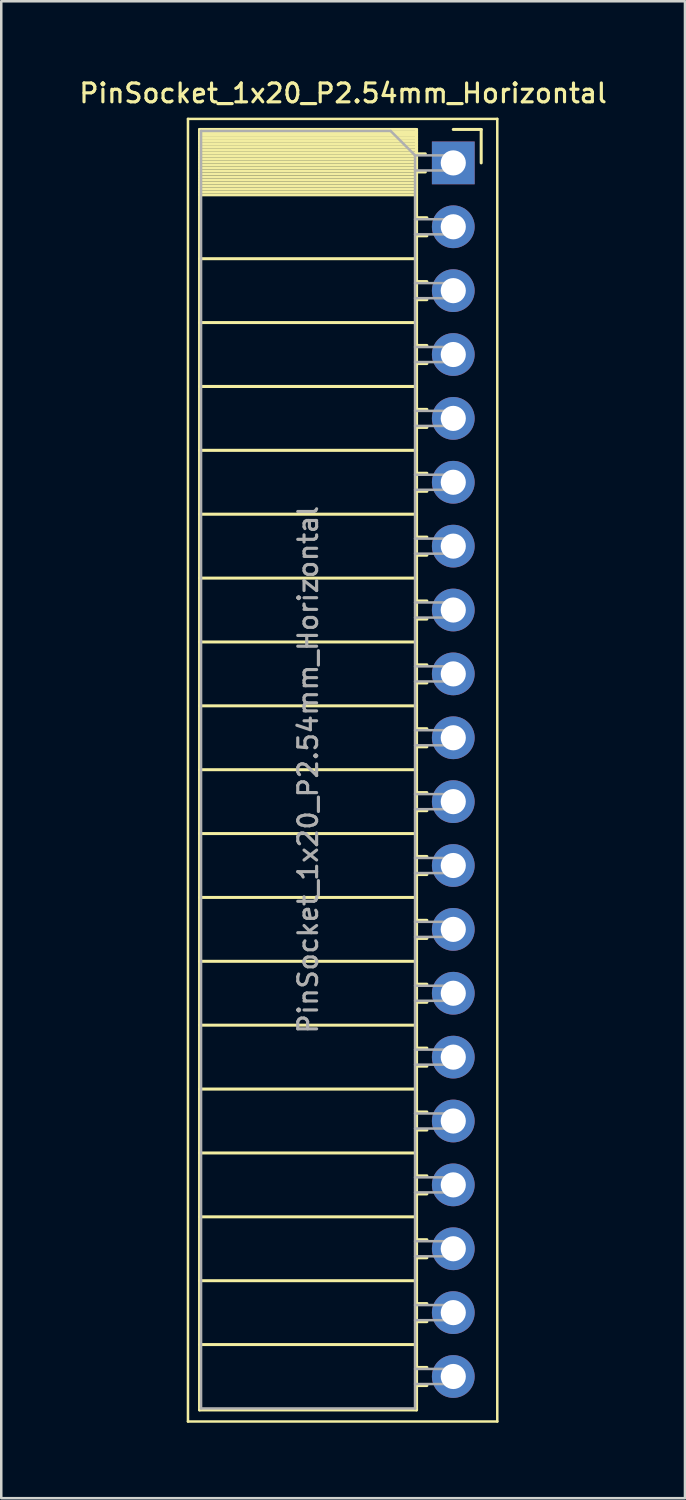
<source format=kicad_pcb>
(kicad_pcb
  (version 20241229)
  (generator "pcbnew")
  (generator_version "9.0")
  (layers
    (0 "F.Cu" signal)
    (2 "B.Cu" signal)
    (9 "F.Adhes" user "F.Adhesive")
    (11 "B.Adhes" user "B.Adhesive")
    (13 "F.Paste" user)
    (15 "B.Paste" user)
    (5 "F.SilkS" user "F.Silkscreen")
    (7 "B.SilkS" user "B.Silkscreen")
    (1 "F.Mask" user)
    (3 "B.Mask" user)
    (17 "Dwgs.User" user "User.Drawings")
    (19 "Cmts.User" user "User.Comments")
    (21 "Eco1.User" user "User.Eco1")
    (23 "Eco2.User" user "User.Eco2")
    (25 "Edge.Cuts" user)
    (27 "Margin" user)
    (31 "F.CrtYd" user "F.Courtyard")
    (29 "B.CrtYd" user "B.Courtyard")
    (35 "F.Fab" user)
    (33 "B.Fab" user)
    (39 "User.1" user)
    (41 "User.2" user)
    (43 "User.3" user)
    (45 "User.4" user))
  (footprint "PinSocket_1x20_P2.54mm_Horizontal"
    (layer "F.Cu")
    (at 14.975 3.428)
    (property "Reference" "PinSocket_1x20_P2.54mm_Horizontal" (at -4.38 -2.77 0) (layer "F.SilkS") (effects (font (size 0.75 0.75) (thickness 0.125))))
    (attr through_hole)
    (fp_line (start -10.55 -1.75) (end -10.55 50.05) (stroke (width 0.1) (type solid)) (layer "F.SilkS"))
    (fp_line (start -10.55 50.05) (end 1.75 50.05) (stroke (width 0.1) (type solid)) (layer "F.SilkS"))
    (fp_line (start -10.09 -1.33) (end -10.09 49.59) (stroke (width 0.12) (type solid)) (layer "F.SilkS"))
    (fp_line (start -10.09 -1.33) (end -1.46 -1.33) (stroke (width 0.12) (type solid)) (layer "F.SilkS"))
    (fp_line (start -10.09 -1.21) (end -1.46 -1.21) (stroke (width 0.12) (type solid)) (layer "F.SilkS"))
    (fp_line (start -10.09 -1.092) (end -1.46 -1.092) (stroke (width 0.12) (type solid)) (layer "F.SilkS"))
    (fp_line (start -10.09 -0.974) (end -1.46 -0.974) (stroke (width 0.12) (type solid)) (layer "F.SilkS"))
    (fp_line (start -10.09 -0.856) (end -1.46 -0.856) (stroke (width 0.12) (type solid)) (layer "F.SilkS"))
    (fp_line (start -10.09 -0.738) (end -1.46 -0.738) (stroke (width 0.12) (type solid)) (layer "F.SilkS"))
    (fp_line (start -10.09 -0.62) (end -1.46 -0.62) (stroke (width 0.12) (type solid)) (layer "F.SilkS"))
    (fp_line (start -10.09 -0.501) (end -1.46 -0.501) (stroke (width 0.12) (type solid)) (layer "F.SilkS"))
    (fp_line (start -10.09 -0.383) (end -1.46 -0.383) (stroke (width 0.12) (type solid)) (layer "F.SilkS"))
    (fp_line (start -10.09 -0.265) (end -1.46 -0.265) (stroke (width 0.12) (type solid)) (layer "F.SilkS"))
    (fp_line (start -10.09 -0.147) (end -1.46 -0.147) (stroke (width 0.12) (type solid)) (layer "F.SilkS"))
    (fp_line (start -10.09 -0.029) (end -1.46 -0.029) (stroke (width 0.12) (type solid)) (layer "F.SilkS"))
    (fp_line (start -10.09 0.089) (end -1.46 0.089) (stroke (width 0.12) (type solid)) (layer "F.SilkS"))
    (fp_line (start -10.09 0.207) (end -1.46 0.207) (stroke (width 0.12) (type solid)) (layer "F.SilkS"))
    (fp_line (start -10.09 0.325) (end -1.46 0.325) (stroke (width 0.12) (type solid)) (layer "F.SilkS"))
    (fp_line (start -10.09 0.443) (end -1.46 0.443) (stroke (width 0.12) (type solid)) (layer "F.SilkS"))
    (fp_line (start -10.09 0.561) (end -1.46 0.561) (stroke (width 0.12) (type solid)) (layer "F.SilkS"))
    (fp_line (start -10.09 0.68) (end -1.46 0.68) (stroke (width 0.12) (type solid)) (layer "F.SilkS"))
    (fp_line (start -10.09 0.798) (end -1.46 0.798) (stroke (width 0.12) (type solid)) (layer "F.SilkS"))
    (fp_line (start -10.09 0.916) (end -1.46 0.916) (stroke (width 0.12) (type solid)) (layer "F.SilkS"))
    (fp_line (start -10.09 1.034) (end -1.46 1.034) (stroke (width 0.12) (type solid)) (layer "F.SilkS"))
    (fp_line (start -10.09 1.152) (end -1.46 1.152) (stroke (width 0.12) (type solid)) (layer "F.SilkS"))
    (fp_line (start -10.09 1.27) (end -1.46 1.27) (stroke (width 0.12) (type solid)) (layer "F.SilkS"))
    (fp_line (start -10.09 3.81) (end -1.46 3.81) (stroke (width 0.12) (type solid)) (layer "F.SilkS"))
    (fp_line (start -10.09 6.35) (end -1.46 6.35) (stroke (width 0.12) (type solid)) (layer "F.SilkS"))
    (fp_line (start -10.09 8.89) (end -1.46 8.89) (stroke (width 0.12) (type solid)) (layer "F.SilkS"))
    (fp_line (start -10.09 11.43) (end -1.46 11.43) (stroke (width 0.12) (type solid)) (layer "F.SilkS"))
    (fp_line (start -10.09 13.97) (end -1.46 13.97) (stroke (width 0.12) (type solid)) (layer "F.SilkS"))
    (fp_line (start -10.09 16.51) (end -1.46 16.51) (stroke (width 0.12) (type solid)) (layer "F.SilkS"))
    (fp_line (start -10.09 19.05) (end -1.46 19.05) (stroke (width 0.12) (type solid)) (layer "F.SilkS"))
    (fp_line (start -10.09 21.59) (end -1.46 21.59) (stroke (width 0.12) (type solid)) (layer "F.SilkS"))
    (fp_line (start -10.09 24.13) (end -1.46 24.13) (stroke (width 0.12) (type solid)) (layer "F.SilkS"))
    (fp_line (start -10.09 26.67) (end -1.46 26.67) (stroke (width 0.12) (type solid)) (layer "F.SilkS"))
    (fp_line (start -10.09 29.21) (end -1.46 29.21) (stroke (width 0.12) (type solid)) (layer "F.SilkS"))
    (fp_line (start -10.09 31.75) (end -1.46 31.75) (stroke (width 0.12) (type solid)) (layer "F.SilkS"))
    (fp_line (start -10.09 34.29) (end -1.46 34.29) (stroke (width 0.12) (type solid)) (layer "F.SilkS"))
    (fp_line (start -10.09 36.83) (end -1.46 36.83) (stroke (width 0.12) (type solid)) (layer "F.SilkS"))
    (fp_line (start -10.09 39.37) (end -1.46 39.37) (stroke (width 0.12) (type solid)) (layer "F.SilkS"))
    (fp_line (start -10.09 41.91) (end -1.46 41.91) (stroke (width 0.12) (type solid)) (layer "F.SilkS"))
    (fp_line (start -10.09 44.45) (end -1.46 44.45) (stroke (width 0.12) (type solid)) (layer "F.SilkS"))
    (fp_line (start -10.09 46.99) (end -1.46 46.99) (stroke (width 0.12) (type solid)) (layer "F.SilkS"))
    (fp_line (start -10.09 49.59) (end -1.46 49.59) (stroke (width 0.12) (type solid)) (layer "F.SilkS"))
    (fp_line (start -1.46 -1.33) (end -1.46 49.59) (stroke (width 0.12) (type solid)) (layer "F.SilkS"))
    (fp_line (start -1.46 -0.36) (end -1.11 -0.36) (stroke (width 0.12) (type solid)) (layer "F.SilkS"))
    (fp_line (start -1.46 0.36) (end -1.11 0.36) (stroke (width 0.12) (type solid)) (layer "F.SilkS"))
    (fp_line (start -1.46 2.18) (end -1.05 2.18) (stroke (width 0.12) (type solid)) (layer "F.SilkS"))
    (fp_line (start -1.46 2.9) (end -1.05 2.9) (stroke (width 0.12) (type solid)) (layer "F.SilkS"))
    (fp_line (start -1.46 4.72) (end -1.05 4.72) (stroke (width 0.12) (type solid)) (layer "F.SilkS"))
    (fp_line (start -1.46 5.44) (end -1.05 5.44) (stroke (width 0.12) (type solid)) (layer "F.SilkS"))
    (fp_line (start -1.46 7.26) (end -1.05 7.26) (stroke (width 0.12) (type solid)) (layer "F.SilkS"))
    (fp_line (start -1.46 7.98) (end -1.05 7.98) (stroke (width 0.12) (type solid)) (layer "F.SilkS"))
    (fp_line (start -1.46 9.8) (end -1.05 9.8) (stroke (width 0.12) (type solid)) (layer "F.SilkS"))
    (fp_line (start -1.46 10.52) (end -1.05 10.52) (stroke (width 0.12) (type solid)) (layer "F.SilkS"))
    (fp_line (start -1.46 12.34) (end -1.05 12.34) (stroke (width 0.12) (type solid)) (layer "F.SilkS"))
    (fp_line (start -1.46 13.06) (end -1.05 13.06) (stroke (width 0.12) (type solid)) (layer "F.SilkS"))
    (fp_line (start -1.46 14.88) (end -1.05 14.88) (stroke (width 0.12) (type solid)) (layer "F.SilkS"))
    (fp_line (start -1.46 15.6) (end -1.05 15.6) (stroke (width 0.12) (type solid)) (layer "F.SilkS"))
    (fp_line (start -1.46 17.42) (end -1.05 17.42) (stroke (width 0.12) (type solid)) (layer "F.SilkS"))
    (fp_line (start -1.46 18.14) (end -1.05 18.14) (stroke (width 0.12) (type solid)) (layer "F.SilkS"))
    (fp_line (start -1.46 19.96) (end -1.05 19.96) (stroke (width 0.12) (type solid)) (layer "F.SilkS"))
    (fp_line (start -1.46 20.68) (end -1.05 20.68) (stroke (width 0.12) (type solid)) (layer "F.SilkS"))
    (fp_line (start -1.46 22.5) (end -1.05 22.5) (stroke (width 0.12) (type solid)) (layer "F.SilkS"))
    (fp_line (start -1.46 23.22) (end -1.05 23.22) (stroke (width 0.12) (type solid)) (layer "F.SilkS"))
    (fp_line (start -1.46 25.04) (end -1.05 25.04) (stroke (width 0.12) (type solid)) (layer "F.SilkS"))
    (fp_line (start -1.46 25.76) (end -1.05 25.76) (stroke (width 0.12) (type solid)) (layer "F.SilkS"))
    (fp_line (start -1.46 27.58) (end -1.05 27.58) (stroke (width 0.12) (type solid)) (layer "F.SilkS"))
    (fp_line (start -1.46 28.3) (end -1.05 28.3) (stroke (width 0.12) (type solid)) (layer "F.SilkS"))
    (fp_line (start -1.46 30.12) (end -1.05 30.12) (stroke (width 0.12) (type solid)) (layer "F.SilkS"))
    (fp_line (start -1.46 30.84) (end -1.05 30.84) (stroke (width 0.12) (type solid)) (layer "F.SilkS"))
    (fp_line (start -1.46 32.66) (end -1.05 32.66) (stroke (width 0.12) (type solid)) (layer "F.SilkS"))
    (fp_line (start -1.46 33.38) (end -1.05 33.38) (stroke (width 0.12) (type solid)) (layer "F.SilkS"))
    (fp_line (start -1.46 35.2) (end -1.05 35.2) (stroke (width 0.12) (type solid)) (layer "F.SilkS"))
    (fp_line (start -1.46 35.92) (end -1.05 35.92) (stroke (width 0.12) (type solid)) (layer "F.SilkS"))
    (fp_line (start -1.46 37.74) (end -1.05 37.74) (stroke (width 0.12) (type solid)) (layer "F.SilkS"))
    (fp_line (start -1.46 38.46) (end -1.05 38.46) (stroke (width 0.12) (type solid)) (layer "F.SilkS"))
    (fp_line (start -1.46 40.28) (end -1.05 40.28) (stroke (width 0.12) (type solid)) (layer "F.SilkS"))
    (fp_line (start -1.46 41) (end -1.05 41) (stroke (width 0.12) (type solid)) (layer "F.SilkS"))
    (fp_line (start -1.46 42.82) (end -1.05 42.82) (stroke (width 0.12) (type solid)) (layer "F.SilkS"))
    (fp_line (start -1.46 43.54) (end -1.05 43.54) (stroke (width 0.12) (type solid)) (layer "F.SilkS"))
    (fp_line (start -1.46 45.36) (end -1.05 45.36) (stroke (width 0.12) (type solid)) (layer "F.SilkS"))
    (fp_line (start -1.46 46.08) (end -1.05 46.08) (stroke (width 0.12) (type solid)) (layer "F.SilkS"))
    (fp_line (start -1.46 47.9) (end -1.05 47.9) (stroke (width 0.12) (type solid)) (layer "F.SilkS"))
    (fp_line (start -1.46 48.62) (end -1.05 48.62) (stroke (width 0.12) (type solid)) (layer "F.SilkS"))
    (fp_line (start 0 -1.33) (end 1.11 -1.33) (stroke (width 0.12) (type solid)) (layer "F.SilkS"))
    (fp_line (start 1.11 -1.33) (end 1.11 0) (stroke (width 0.12) (type solid)) (layer "F.SilkS"))
    (fp_line (start 1.75 -1.75) (end -10.55 -1.75) (stroke (width 0.1) (type solid)) (layer "F.SilkS"))
    (fp_line (start 1.75 50.05) (end 1.75 -1.75) (stroke (width 0.1) (type solid)) (layer "F.SilkS"))
    (fp_line (start -10.03 -1.27) (end -2.49 -1.27) (stroke (width 0.1) (type solid)) (layer "F.Fab"))
    (fp_line (start -10.03 49.53) (end -10.03 -1.27) (stroke (width 0.1) (type solid)) (layer "F.Fab"))
    (fp_line (start -2.49 -1.27) (end -1.52 -0.3) (stroke (width 0.1) (type solid)) (layer "F.Fab"))
    (fp_line (start -1.52 -0.3) (end -1.52 49.53) (stroke (width 0.1) (type solid)) (layer "F.Fab"))
    (fp_line (start -1.52 0.3) (end 0 0.3) (stroke (width 0.1) (type solid)) (layer "F.Fab"))
    (fp_line (start -1.52 2.84) (end 0 2.84) (stroke (width 0.1) (type solid)) (layer "F.Fab"))
    (fp_line (start -1.52 5.38) (end 0 5.38) (stroke (width 0.1) (type solid)) (layer "F.Fab"))
    (fp_line (start -1.52 7.92) (end 0 7.92) (stroke (width 0.1) (type solid)) (layer "F.Fab"))
    (fp_line (start -1.52 10.46) (end 0 10.46) (stroke (width 0.1) (type solid)) (layer "F.Fab"))
    (fp_line (start -1.52 13) (end 0 13) (stroke (width 0.1) (type solid)) (layer "F.Fab"))
    (fp_line (start -1.52 15.54) (end 0 15.54) (stroke (width 0.1) (type solid)) (layer "F.Fab"))
    (fp_line (start -1.52 18.08) (end 0 18.08) (stroke (width 0.1) (type solid)) (layer "F.Fab"))
    (fp_line (start -1.52 20.62) (end 0 20.62) (stroke (width 0.1) (type solid)) (layer "F.Fab"))
    (fp_line (start -1.52 23.16) (end 0 23.16) (stroke (width 0.1) (type solid)) (layer "F.Fab"))
    (fp_line (start -1.52 25.7) (end 0 25.7) (stroke (width 0.1) (type solid)) (layer "F.Fab"))
    (fp_line (start -1.52 28.24) (end 0 28.24) (stroke (width 0.1) (type solid)) (layer "F.Fab"))
    (fp_line (start -1.52 30.78) (end 0 30.78) (stroke (width 0.1) (type solid)) (layer "F.Fab"))
    (fp_line (start -1.52 33.32) (end 0 33.32) (stroke (width 0.1) (type solid)) (layer "F.Fab"))
    (fp_line (start -1.52 35.86) (end 0 35.86) (stroke (width 0.1) (type solid)) (layer "F.Fab"))
    (fp_line (start -1.52 38.4) (end 0 38.4) (stroke (width 0.1) (type solid)) (layer "F.Fab"))
    (fp_line (start -1.52 40.94) (end 0 40.94) (stroke (width 0.1) (type solid)) (layer "F.Fab"))
    (fp_line (start -1.52 43.48) (end 0 43.48) (stroke (width 0.1) (type solid)) (layer "F.Fab"))
    (fp_line (start -1.52 46.02) (end 0 46.02) (stroke (width 0.1) (type solid)) (layer "F.Fab"))
    (fp_line (start -1.52 48.56) (end 0 48.56) (stroke (width 0.1) (type solid)) (layer "F.Fab"))
    (fp_line (start -1.52 49.53) (end -10.03 49.53) (stroke (width 0.1) (type solid)) (layer "F.Fab"))
    (fp_line (start 0 -0.3) (end -1.52 -0.3) (stroke (width 0.1) (type solid)) (layer "F.Fab"))
    (fp_line (start 0 0.3) (end 0 -0.3) (stroke (width 0.1) (type solid)) (layer "F.Fab"))
    (fp_line (start 0 2.24) (end -1.52 2.24) (stroke (width 0.1) (type solid)) (layer "F.Fab"))
    (fp_line (start 0 2.84) (end 0 2.24) (stroke (width 0.1) (type solid)) (layer "F.Fab"))
    (fp_line (start 0 4.78) (end -1.52 4.78) (stroke (width 0.1) (type solid)) (layer "F.Fab"))
    (fp_line (start 0 5.38) (end 0 4.78) (stroke (width 0.1) (type solid)) (layer "F.Fab"))
    (fp_line (start 0 7.32) (end -1.52 7.32) (stroke (width 0.1) (type solid)) (layer "F.Fab"))
    (fp_line (start 0 7.92) (end 0 7.32) (stroke (width 0.1) (type solid)) (layer "F.Fab"))
    (fp_line (start 0 9.86) (end -1.52 9.86) (stroke (width 0.1) (type solid)) (layer "F.Fab"))
    (fp_line (start 0 10.46) (end 0 9.86) (stroke (width 0.1) (type solid)) (layer "F.Fab"))
    (fp_line (start 0 12.4) (end -1.52 12.4) (stroke (width 0.1) (type solid)) (layer "F.Fab"))
    (fp_line (start 0 13) (end 0 12.4) (stroke (width 0.1) (type solid)) (layer "F.Fab"))
    (fp_line (start 0 14.94) (end -1.52 14.94) (stroke (width 0.1) (type solid)) (layer "F.Fab"))
    (fp_line (start 0 15.54) (end 0 14.94) (stroke (width 0.1) (type solid)) (layer "F.Fab"))
    (fp_line (start 0 17.48) (end -1.52 17.48) (stroke (width 0.1) (type solid)) (layer "F.Fab"))
    (fp_line (start 0 18.08) (end 0 17.48) (stroke (width 0.1) (type solid)) (layer "F.Fab"))
    (fp_line (start 0 20.02) (end -1.52 20.02) (stroke (width 0.1) (type solid)) (layer "F.Fab"))
    (fp_line (start 0 20.62) (end 0 20.02) (stroke (width 0.1) (type solid)) (layer "F.Fab"))
    (fp_line (start 0 22.56) (end -1.52 22.56) (stroke (width 0.1) (type solid)) (layer "F.Fab"))
    (fp_line (start 0 23.16) (end 0 22.56) (stroke (width 0.1) (type solid)) (layer "F.Fab"))
    (fp_line (start 0 25.1) (end -1.52 25.1) (stroke (width 0.1) (type solid)) (layer "F.Fab"))
    (fp_line (start 0 25.7) (end 0 25.1) (stroke (width 0.1) (type solid)) (layer "F.Fab"))
    (fp_line (start 0 27.64) (end -1.52 27.64) (stroke (width 0.1) (type solid)) (layer "F.Fab"))
    (fp_line (start 0 28.24) (end 0 27.64) (stroke (width 0.1) (type solid)) (layer "F.Fab"))
    (fp_line (start 0 30.18) (end -1.52 30.18) (stroke (width 0.1) (type solid)) (layer "F.Fab"))
    (fp_line (start 0 30.78) (end 0 30.18) (stroke (width 0.1) (type solid)) (layer "F.Fab"))
    (fp_line (start 0 32.72) (end -1.52 32.72) (stroke (width 0.1) (type solid)) (layer "F.Fab"))
    (fp_line (start 0 33.32) (end 0 32.72) (stroke (width 0.1) (type solid)) (layer "F.Fab"))
    (fp_line (start 0 35.26) (end -1.52 35.26) (stroke (width 0.1) (type solid)) (layer "F.Fab"))
    (fp_line (start 0 35.86) (end 0 35.26) (stroke (width 0.1) (type solid)) (layer "F.Fab"))
    (fp_line (start 0 37.8) (end -1.52 37.8) (stroke (width 0.1) (type solid)) (layer "F.Fab"))
    (fp_line (start 0 38.4) (end 0 37.8) (stroke (width 0.1) (type solid)) (layer "F.Fab"))
    (fp_line (start 0 40.34) (end -1.52 40.34) (stroke (width 0.1) (type solid)) (layer "F.Fab"))
    (fp_line (start 0 40.94) (end 0 40.34) (stroke (width 0.1) (type solid)) (layer "F.Fab"))
    (fp_line (start 0 42.88) (end -1.52 42.88) (stroke (width 0.1) (type solid)) (layer "F.Fab"))
    (fp_line (start 0 43.48) (end 0 42.88) (stroke (width 0.1) (type solid)) (layer "F.Fab"))
    (fp_line (start 0 45.42) (end -1.52 45.42) (stroke (width 0.1) (type solid)) (layer "F.Fab"))
    (fp_line (start 0 46.02) (end 0 45.42) (stroke (width 0.1) (type solid)) (layer "F.Fab"))
    (fp_line (start 0 47.96) (end -1.52 47.96) (stroke (width 0.1) (type solid)) (layer "F.Fab"))
    (fp_line (start 0 48.56) (end 0 47.96) (stroke (width 0.1) (type solid)) (layer "F.Fab"))
    (fp_text user "${REFERENCE}" (at -5.775 24.13 90) (layer "F.Fab") (effects (font (size 0.75 0.75) (thickness 0.125))))
    (pad "1" thru_hole rect (at 0 0) (size 1.7 1.7) (drill 1) (layers "*.Cu" "*.Mask"))
    (pad "2" thru_hole oval (at 0 2.54) (size 1.7 1.7) (drill 1) (layers "*.Cu" "*.Mask"))
    (pad "3" thru_hole oval (at 0 5.08) (size 1.7 1.7) (drill 1) (layers "*.Cu" "*.Mask"))
    (pad "4" thru_hole oval (at 0 7.62) (size 1.7 1.7) (drill 1) (layers "*.Cu" "*.Mask"))
    (pad "5" thru_hole oval (at 0 10.16) (size 1.7 1.7) (drill 1) (layers "*.Cu" "*.Mask"))
    (pad "6" thru_hole oval (at 0 12.7) (size 1.7 1.7) (drill 1) (layers "*.Cu" "*.Mask"))
    (pad "7" thru_hole oval (at 0 15.24) (size 1.7 1.7) (drill 1) (layers "*.Cu" "*.Mask"))
    (pad "8" thru_hole oval (at 0 17.78) (size 1.7 1.7) (drill 1) (layers "*.Cu" "*.Mask"))
    (pad "9" thru_hole oval (at 0 20.32) (size 1.7 1.7) (drill 1) (layers "*.Cu" "*.Mask"))
    (pad "10" thru_hole oval (at 0 22.86) (size 1.7 1.7) (drill 1) (layers "*.Cu" "*.Mask"))
    (pad "11" thru_hole oval (at 0 25.4) (size 1.7 1.7) (drill 1) (layers "*.Cu" "*.Mask"))
    (pad "12" thru_hole oval (at 0 27.94) (size 1.7 1.7) (drill 1) (layers "*.Cu" "*.Mask"))
    (pad "13" thru_hole oval (at 0 30.48) (size 1.7 1.7) (drill 1) (layers "*.Cu" "*.Mask"))
    (pad "14" thru_hole oval (at 0 33.02) (size 1.7 1.7) (drill 1) (layers "*.Cu" "*.Mask"))
    (pad "15" thru_hole oval (at 0 35.56) (size 1.7 1.7) (drill 1) (layers "*.Cu" "*.Mask"))
    (pad "16" thru_hole oval (at 0 38.1) (size 1.7 1.7) (drill 1) (layers "*.Cu" "*.Mask"))
    (pad "17" thru_hole oval (at 0 40.64) (size 1.7 1.7) (drill 1) (layers "*.Cu" "*.Mask"))
    (pad "18" thru_hole oval (at 0 43.18) (size 1.7 1.7) (drill 1) (layers "*.Cu" "*.Mask"))
    (pad "19" thru_hole oval (at 0 45.72) (size 1.7 1.7) (drill 1) (layers "*.Cu" "*.Mask"))
    (pad "20" thru_hole oval (at 0 48.26) (size 1.7 1.7) (drill 1) (layers "*.Cu" "*.Mask")))
  (gr_rect
    (start -3 -3)
    (end 24.189 56.528)
    (stroke (width 0.1) (type default))
    (fill no)
    (layer "Edge.Cuts")))
</source>
